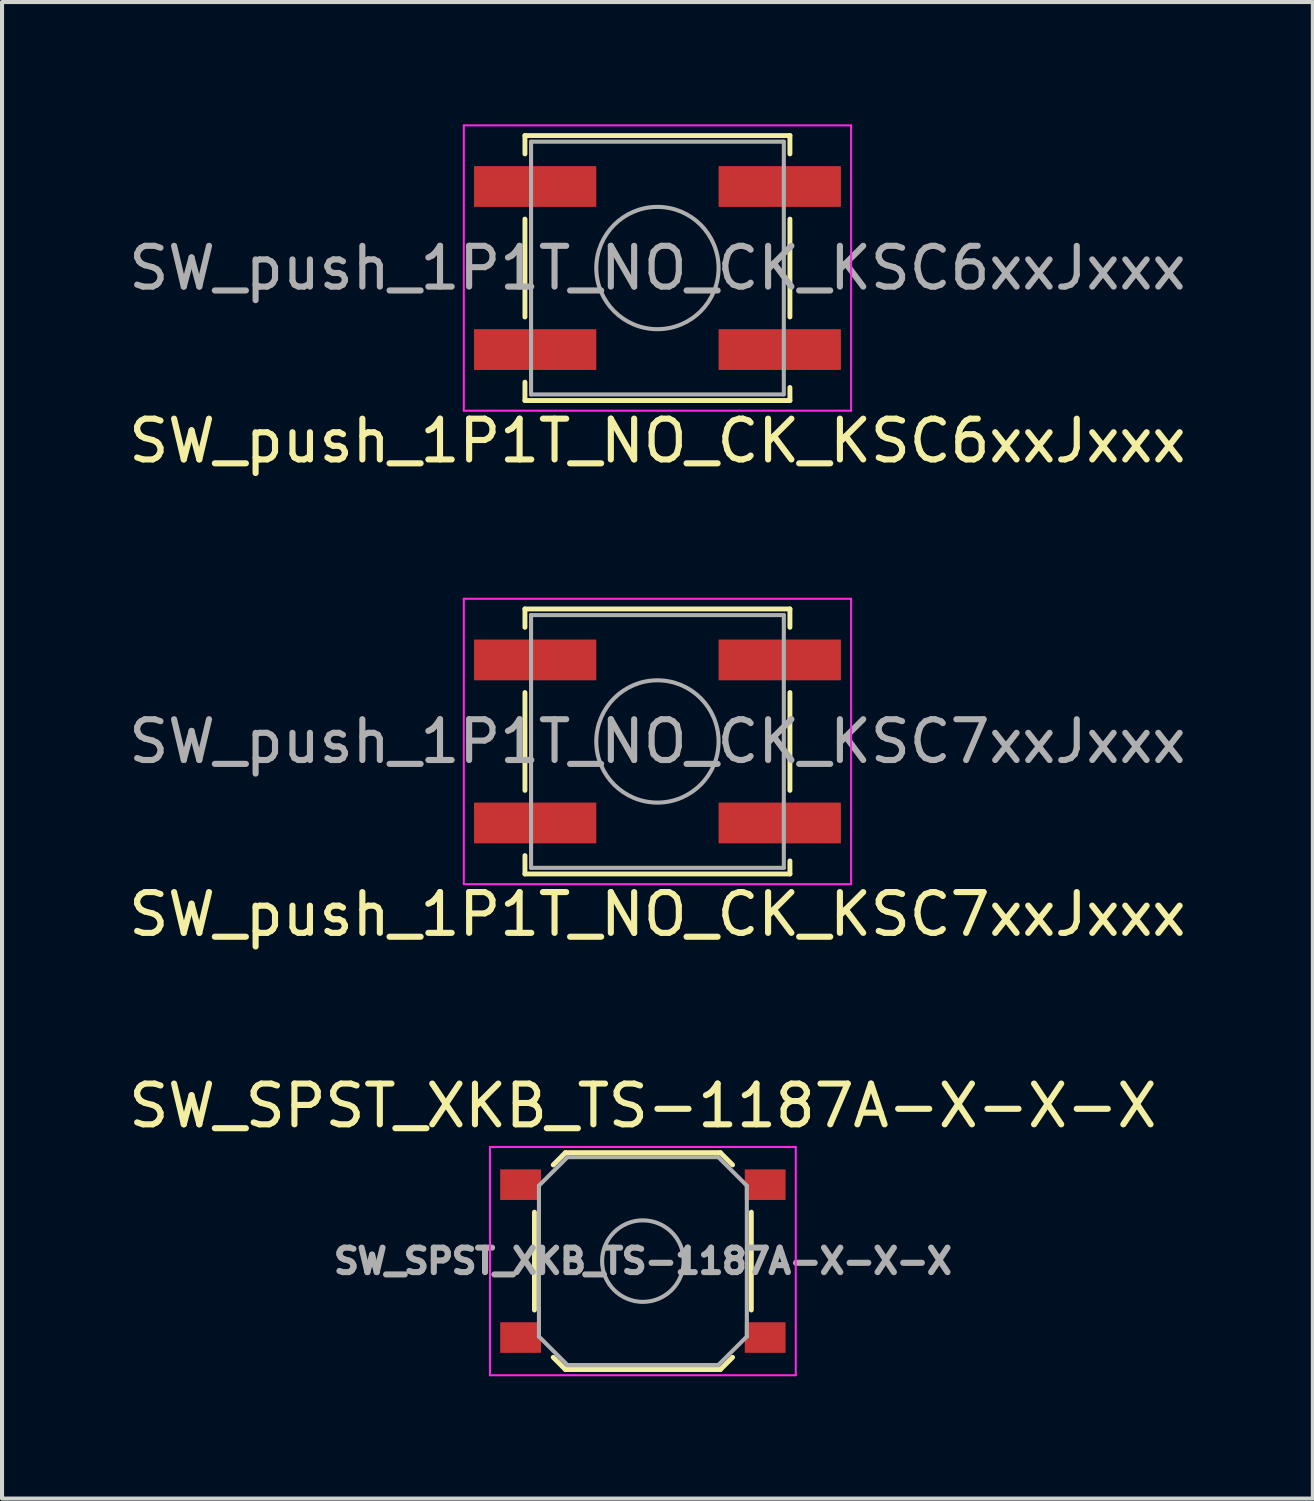
<source format=kicad_pcb>
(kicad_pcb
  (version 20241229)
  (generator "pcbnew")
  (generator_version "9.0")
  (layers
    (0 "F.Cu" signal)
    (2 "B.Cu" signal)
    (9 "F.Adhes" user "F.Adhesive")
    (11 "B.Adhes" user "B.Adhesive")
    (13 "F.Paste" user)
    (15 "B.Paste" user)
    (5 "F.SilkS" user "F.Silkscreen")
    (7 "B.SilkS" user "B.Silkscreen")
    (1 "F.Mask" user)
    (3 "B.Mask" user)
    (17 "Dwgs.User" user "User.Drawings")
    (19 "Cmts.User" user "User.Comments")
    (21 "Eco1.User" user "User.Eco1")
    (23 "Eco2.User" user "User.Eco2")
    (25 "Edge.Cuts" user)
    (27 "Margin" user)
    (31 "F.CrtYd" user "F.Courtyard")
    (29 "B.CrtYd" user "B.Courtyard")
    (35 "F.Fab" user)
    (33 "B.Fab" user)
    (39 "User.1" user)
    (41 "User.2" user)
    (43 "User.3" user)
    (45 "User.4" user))
  (footprint "SW_push_1P1T_NO_CK_KSC7xxJxxx"
    (layer "F.Cu")
    (at 13.077 15.138)
    (property "Reference" "SW_push_1P1T_NO_CK_KSC7xxJxxx" (at 0 4.24 0) (layer "F.SilkS") (effects (font (size 1 1) (thickness 0.15))))
    (attr smd)
    (fp_line (start -3.25 -3.25) (end -3.25 -2.8) (stroke (width 0.12) (type solid)) (layer "F.SilkS"))
    (fp_line (start -3.25 -1.2) (end -3.25 1.2) (stroke (width 0.12) (type solid)) (layer "F.SilkS"))
    (fp_line (start -3.25 2.8) (end -3.25 3.25) (stroke (width 0.12) (type solid)) (layer "F.SilkS"))
    (fp_line (start -3.25 3.25) (end 3.25 3.25) (stroke (width 0.12) (type solid)) (layer "F.SilkS"))
    (fp_line (start 3.25 -3.25) (end -3.25 -3.25) (stroke (width 0.12) (type solid)) (layer "F.SilkS"))
    (fp_line (start 3.25 -2.8) (end 3.25 -3.25) (stroke (width 0.12) (type solid)) (layer "F.SilkS"))
    (fp_line (start 3.25 1.2) (end 3.25 -1.2) (stroke (width 0.12) (type solid)) (layer "F.SilkS"))
    (fp_line (start 3.25 3.25) (end 3.25 2.93) (stroke (width 0.12) (type solid)) (layer "F.SilkS"))
    (fp_line (start -4.75 -3.5) (end 4.75 -3.5) (stroke (width 0.05) (type solid)) (layer "F.CrtYd"))
    (fp_line (start -4.75 3.5) (end -4.75 -3.5) (stroke (width 0.05) (type solid)) (layer "F.CrtYd"))
    (fp_line (start 4.75 -3.5) (end 4.75 3.5) (stroke (width 0.05) (type solid)) (layer "F.CrtYd"))
    (fp_line (start 4.75 3.5) (end -4.75 3.5) (stroke (width 0.05) (type solid)) (layer "F.CrtYd"))
    (fp_line (start -3.1 -3.1) (end 3.1 -3.1) (stroke (width 0.1) (type solid)) (layer "F.Fab"))
    (fp_line (start -3.1 3.1) (end -3.1 -3.1) (stroke (width 0.1) (type solid)) (layer "F.Fab"))
    (fp_line (start 3.1 -3.1) (end 3.1 3.1) (stroke (width 0.1) (type solid)) (layer "F.Fab"))
    (fp_line (start 3.1 3.1) (end -3.1 3.1) (stroke (width 0.1) (type solid)) (layer "F.Fab"))
    (fp_circle (center 0 0) (end 1.5 0) (stroke (width 0.1) (type solid)) (fill no) (layer "F.Fab"))
    (fp_text user "${REFERENCE}" (at 0 0 0) (layer "F.Fab") (effects (font (size 1 1) (thickness 0.15))))
    (pad "1" smd rect (at -3 -2) (size 3 1) (layers "F.Cu" "F.Mask" "F.Paste"))
    (pad "1" smd rect (at 3 -2) (size 3 1) (layers "F.Cu" "F.Mask" "F.Paste"))
    (pad "2" smd rect (at -3 2) (size 3 1) (layers "F.Cu" "F.Mask" "F.Paste"))
    (pad "2" smd rect (at 3 2) (size 3 1) (layers "F.Cu" "F.Mask" "F.Paste")))
  (footprint "SW_SPST_XKB_TS-1187A-X-X-X"
    (layer "F.Cu")
    (at 12.72 27.885)
    (property "Reference" "SW_SPST_XKB_TS-1187A-X-X-X" (at 0 -3.81 0) (layer "F.SilkS") (effects (font (size 1 1) (thickness 0.15))))
    (attr smd)
    (fp_line (start -2.66 -1.2) (end -2.66 1.2) (stroke (width 0.12) (type solid)) (layer "F.SilkS"))
    (fp_line (start -2.2 -2.36) (end -1.9 -2.66) (stroke (width 0.12) (type solid)) (layer "F.SilkS"))
    (fp_line (start -1.9 -2.66) (end 1.9 -2.66) (stroke (width 0.12) (type solid)) (layer "F.SilkS"))
    (fp_line (start -1.9 2.66) (end -2.2 2.36) (stroke (width 0.12) (type solid)) (layer "F.SilkS"))
    (fp_line (start 1.9 -2.66) (end 2.2 -2.36) (stroke (width 0.12) (type solid)) (layer "F.SilkS"))
    (fp_line (start 1.9 2.66) (end -1.9 2.66) (stroke (width 0.12) (type solid)) (layer "F.SilkS"))
    (fp_line (start 2.2 2.36) (end 1.9 2.66) (stroke (width 0.12) (type solid)) (layer "F.SilkS"))
    (fp_line (start 2.66 -1.2) (end 2.66 1.2) (stroke (width 0.12) (type solid)) (layer "F.SilkS"))
    (fp_line (start -3.75 -2.8) (end 3.75 -2.8) (stroke (width 0.05) (type solid)) (layer "F.CrtYd"))
    (fp_line (start -3.75 2.8) (end -3.75 -2.8) (stroke (width 0.05) (type solid)) (layer "F.CrtYd"))
    (fp_line (start 3.75 -2.8) (end 3.75 2.8) (stroke (width 0.05) (type solid)) (layer "F.CrtYd"))
    (fp_line (start 3.75 2.8) (end -3.75 2.8) (stroke (width 0.05) (type solid)) (layer "F.CrtYd"))
    (fp_line (start -2.55 1.85) (end -2.55 -1.85) (stroke (width 0.1) (type solid)) (layer "F.Fab"))
    (fp_line (start -2.55 1.85) (end -1.85 2.55) (stroke (width 0.1) (type solid)) (layer "F.Fab"))
    (fp_line (start -1.85 -2.55) (end -2.55 -1.85) (stroke (width 0.1) (type solid)) (layer "F.Fab"))
    (fp_line (start -1.85 -2.55) (end 1.85 -2.55) (stroke (width 0.1) (type solid)) (layer "F.Fab"))
    (fp_line (start 1.85 -2.55) (end 2.55 -1.85) (stroke (width 0.1) (type solid)) (layer "F.Fab"))
    (fp_line (start 1.85 2.55) (end -1.85 2.55) (stroke (width 0.1) (type solid)) (layer "F.Fab"))
    (fp_line (start 2.55 -1.85) (end 2.55 1.85) (stroke (width 0.1) (type solid)) (layer "F.Fab"))
    (fp_line (start 2.55 1.85) (end 1.85 2.55) (stroke (width 0.1) (type solid)) (layer "F.Fab"))
    (fp_circle (center 0 0) (end 1 0) (stroke (width 0.1) (type solid)) (fill no) (layer "F.Fab"))
    (fp_text user "${REFERENCE}" (at 0 0 0) (layer "F.Fab") (effects (font (size 0.6 0.6) (thickness 0.15))))
    (pad "1" smd rect (at -3 -1.875) (size 1 0.75) (layers "F.Cu" "F.Mask" "F.Paste"))
    (pad "1" smd rect (at 3 -1.875) (size 1 0.75) (layers "F.Cu" "F.Mask" "F.Paste"))
    (pad "2" smd rect (at -3 1.875) (size 1 0.75) (layers "F.Cu" "F.Mask" "F.Paste"))
    (pad "2" smd rect (at 3 1.875) (size 1 0.75) (layers "F.Cu" "F.Mask" "F.Paste")))
  (footprint "SW_push_1P1T_NO_CK_KSC6xxJxxx"
    (layer "F.Cu")
    (at 13.077 3.525)
    (property "Reference" "SW_push_1P1T_NO_CK_KSC6xxJxxx" (at 0 4.24 0) (layer "F.SilkS") (effects (font (size 1 1) (thickness 0.15))))
    (attr smd)
    (fp_line (start -3.25 -3.25) (end -3.25 -2.8) (stroke (width 0.12) (type solid)) (layer "F.SilkS"))
    (fp_line (start -3.25 -1.2) (end -3.25 1.2) (stroke (width 0.12) (type solid)) (layer "F.SilkS"))
    (fp_line (start -3.25 2.8) (end -3.25 3.25) (stroke (width 0.12) (type solid)) (layer "F.SilkS"))
    (fp_line (start -3.25 3.25) (end 3.25 3.25) (stroke (width 0.12) (type solid)) (layer "F.SilkS"))
    (fp_line (start 3.25 -3.25) (end -3.25 -3.25) (stroke (width 0.12) (type solid)) (layer "F.SilkS"))
    (fp_line (start 3.25 -2.8) (end 3.25 -3.25) (stroke (width 0.12) (type solid)) (layer "F.SilkS"))
    (fp_line (start 3.25 1.2) (end 3.25 -1.2) (stroke (width 0.12) (type solid)) (layer "F.SilkS"))
    (fp_line (start 3.25 3.25) (end 3.25 2.93) (stroke (width 0.12) (type solid)) (layer "F.SilkS"))
    (fp_line (start -4.75 -3.5) (end 4.75 -3.5) (stroke (width 0.05) (type solid)) (layer "F.CrtYd"))
    (fp_line (start -4.75 3.5) (end -4.75 -3.5) (stroke (width 0.05) (type solid)) (layer "F.CrtYd"))
    (fp_line (start 4.75 -3.5) (end 4.75 3.5) (stroke (width 0.05) (type solid)) (layer "F.CrtYd"))
    (fp_line (start 4.75 3.5) (end -4.75 3.5) (stroke (width 0.05) (type solid)) (layer "F.CrtYd"))
    (fp_line (start -3.1 -3.1) (end 3.1 -3.1) (stroke (width 0.1) (type solid)) (layer "F.Fab"))
    (fp_line (start -3.1 3.1) (end -3.1 -3.1) (stroke (width 0.1) (type solid)) (layer "F.Fab"))
    (fp_line (start 3.1 -3.1) (end 3.1 3.1) (stroke (width 0.1) (type solid)) (layer "F.Fab"))
    (fp_line (start 3.1 3.1) (end -3.1 3.1) (stroke (width 0.1) (type solid)) (layer "F.Fab"))
    (fp_circle (center 0 0) (end 1.5 0) (stroke (width 0.1) (type solid)) (fill no) (layer "F.Fab"))
    (fp_text user "${REFERENCE}" (at 0 0 0) (layer "F.Fab") (effects (font (size 1 1) (thickness 0.15))))
    (pad "1" smd rect (at -3 -2) (size 3 1) (layers "F.Cu" "F.Mask" "F.Paste"))
    (pad "1" smd rect (at 3 -2) (size 3 1) (layers "F.Cu" "F.Mask" "F.Paste"))
    (pad "2" smd rect (at -3 2) (size 3 1) (layers "F.Cu" "F.Mask" "F.Paste"))
    (pad "2" smd rect (at 3 2) (size 3 1) (layers "F.Cu" "F.Mask" "F.Paste")))
  (gr_rect
    (start -3 -3)
    (end 29.155 33.71)
    (stroke (width 0.1) (type default))
    (fill no)
    (layer "Edge.Cuts")))
</source>
